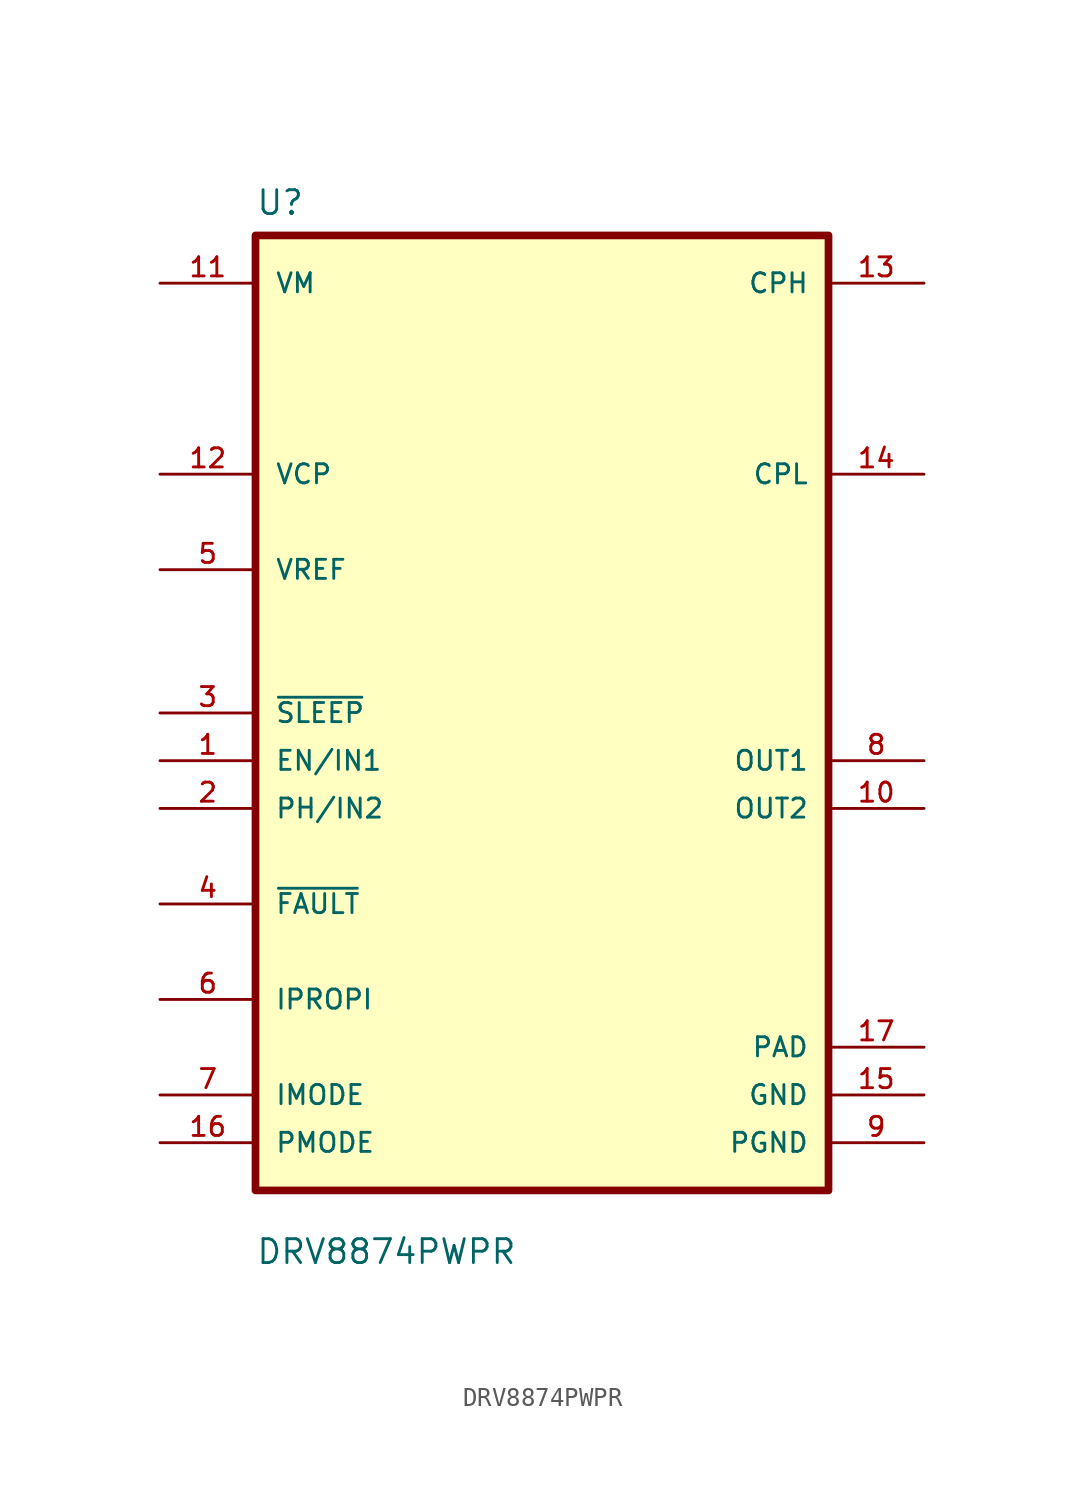
<source format=kicad_sym>
(kicad_symbol_lib
  (version 20241209)
  (generator "kicad_symbol_editor")
  (generator_version "9.0")
  (symbol "DRV8874PWPR"
    (pin_names
      (offset 1.016))
    (property "Reference" "U"
      (at -15.24 26.4 0)
      (effects (font (size 1.27 1.27)) (justify left bottom)))
    (property "Value" "DRV8874PWPR"
      (at -15.24 -29.4 0)
      (effects (font (size 1.27 1.27)) (justify left bottom)))
    (symbol "DRV8874PWPR_0_0"
      (rectangle (start -15.24 25.4) (end 15.24 -25.4) (stroke (width 0.41) (type default)) (fill (type background)))
      (pin power_in line (at -20.32 22.86 0) (length 5.08) (name "VM" (effects (font (size 1.016 1.016)))) (number "11" (effects (font (size 1.016 1.016)))))
      (pin power_out line (at -20.32 12.7 0) (length 5.08) (name "VCP" (effects (font (size 1.016 1.016)))) (number "12" (effects (font (size 1.016 1.016)))))
      (pin input line (at -20.32 7.62 0) (length 5.08) (name "VREF" (effects (font (size 1.016 1.016)))) (number "5" (effects (font (size 1.016 1.016)))))
      (pin input line (at -20.32 0 0) (length 5.08) (name "~{SLEEP}" (effects (font (size 1.016 1.016)))) (number "3" (effects (font (size 1.016 1.016)))))
      (pin input line (at -20.32 -2.54 0) (length 5.08) (name "EN/IN1" (effects (font (size 1.016 1.016)))) (number "1" (effects (font (size 1.016 1.016)))))
      (pin input line (at -20.32 -5.08 0) (length 5.08) (name "PH/IN2" (effects (font (size 1.016 1.016)))) (number "2" (effects (font (size 1.016 1.016)))))
      (pin output line (at -20.32 -15.24 0) (length 5.08) (name "IPROPI" (effects (font (size 1.016 1.016)))) (number "6" (effects (font (size 1.016 1.016)))))
      (pin input line (at -20.32 -20.32 0) (length 5.08) (name "IMODE" (effects (font (size 1.016 1.016)))) (number "7" (effects (font (size 1.016 1.016)))))
      (pin input line (at -20.32 -22.86 0) (length 5.08) (name "PMODE" (effects (font (size 1.016 1.016)))) (number "16" (effects (font (size 1.016 1.016)))))
      (pin power_out line (at 20.32 22.86 180) (length 5.08) (name "CPH" (effects (font (size 1.016 1.016)))) (number "13" (effects (font (size 1.016 1.016)))))
      (pin power_out line (at 20.32 12.7 180) (length 5.08) (name "CPL" (effects (font (size 1.016 1.016)))) (number "14" (effects (font (size 1.016 1.016)))))
      (pin passive line (at 20.32 -17.78 180) (length 5.08) (name "PAD" (effects (font (size 1.016 1.016)))) (number "17" (effects (font (size 1.016 1.016)))))
      (pin power_in line (at 20.32 -20.32 180) (length 5.08) (name "GND" (effects (font (size 1.016 1.016)))) (number "15" (effects (font (size 1.016 1.016)))))
      (pin power_in line (at 20.32 -22.86 180) (length 5.08) (name "PGND" (effects (font (size 1.016 1.016)))) (number "9" (effects (font (size 1.016 1.016))))))
    (symbol "DRV8874PWPR_1_0"
      (pin open_collector line (at -20.32 -10.16 0) (length 5.08) (name "~{FAULT}" (effects (font (size 1.016 1.016)))) (number "4" (effects (font (size 1.016 1.016)))))
      (pin power_out line (at 20.32 -2.54 180) (length 5.08) (name "OUT1" (effects (font (size 1.016 1.016)))) (number "8" (effects (font (size 1.016 1.016)))))
      (pin power_out line (at 20.32 -5.08 180) (length 5.08) (name "OUT2" (effects (font (size 1.016 1.016)))) (number "10" (effects (font (size 1.016 1.016))))))))
</source>
